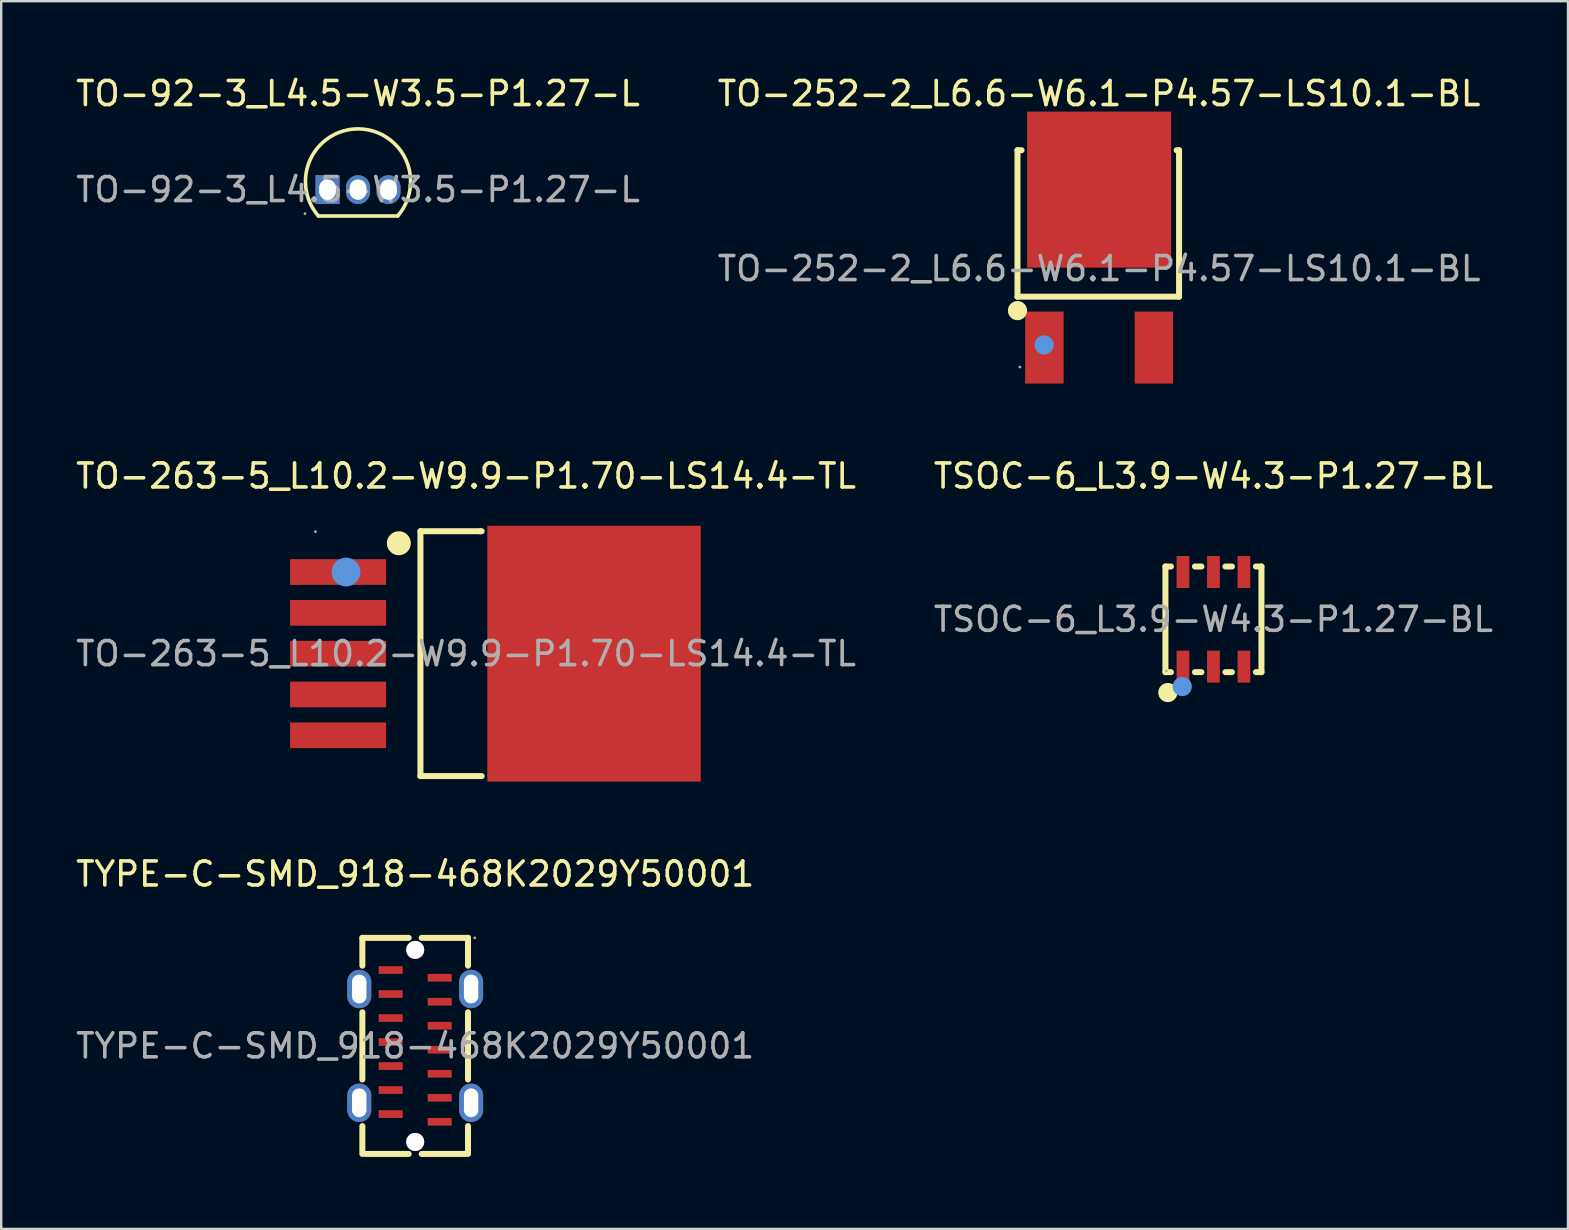
<source format=kicad_pcb>
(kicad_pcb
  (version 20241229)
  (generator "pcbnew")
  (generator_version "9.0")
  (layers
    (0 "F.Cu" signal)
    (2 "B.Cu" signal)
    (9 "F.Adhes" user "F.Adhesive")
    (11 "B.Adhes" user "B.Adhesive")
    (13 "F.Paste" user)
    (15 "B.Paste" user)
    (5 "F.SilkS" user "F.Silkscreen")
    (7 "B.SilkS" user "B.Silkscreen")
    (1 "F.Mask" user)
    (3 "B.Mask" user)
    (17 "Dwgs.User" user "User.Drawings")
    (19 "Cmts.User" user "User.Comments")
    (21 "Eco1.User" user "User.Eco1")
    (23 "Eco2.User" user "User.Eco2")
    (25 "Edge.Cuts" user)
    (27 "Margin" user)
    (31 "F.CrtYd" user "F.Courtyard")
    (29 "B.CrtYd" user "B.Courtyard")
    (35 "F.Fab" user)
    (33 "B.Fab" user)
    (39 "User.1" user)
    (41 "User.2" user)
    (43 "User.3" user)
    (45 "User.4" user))
  (footprint "TO-252-2_L6.6-W6.1-P4.57-LS10.1-BL"
    (layer "F.Cu")
    (at 42.732 8.138)
    (property "Reference" "TO-252-2_L6.6-W6.1-P4.57-LS10.1-BL" (at 0 -7.29 0) (layer "F.SilkS") (effects (font (size 1 1) (thickness 0.15))))
    (attr smd)
    (fp_line (start -3.4 -4.93) (end -3.4 1.17) (stroke (width 0.25) (type solid)) (layer "F.SilkS"))
    (fp_line (start -3.4 1.17) (end 3.33 1.17) (stroke (width 0.25) (type solid)) (layer "F.SilkS"))
    (fp_line (start -3.23 -4.93) (end -3.4 -4.93) (stroke (width 0.25) (type solid)) (layer "F.SilkS"))
    (fp_line (start 3.33 -4.93) (end 3.23 -4.93) (stroke (width 0.25) (type solid)) (layer "F.SilkS"))
    (fp_line (start 3.33 1.17) (end 3.33 -4.93) (stroke (width 0.25) (type solid)) (layer "F.SilkS"))
    (fp_arc (start -3.4 1.75) (mid -3.4 1.75) (end -3.4 1.75) (stroke (width 0.4) (type solid)) (layer "F.SilkS"))
    (fp_circle (center -2.29 3.18) (end -2.09 3.18) (stroke (width 0.4) (type solid)) (fill no) (layer "Cmts.User"))
    (fp_circle (center -3.3 4.1) (end -3.27 4.1) (stroke (width 0.06) (type solid)) (fill no) (layer "F.Fab"))
    (fp_text user "${REFERENCE}" (at 0 0 0) (layer "F.Fab") (effects (font (size 1 1) (thickness 0.15))))
    (pad "1" smd rect (at -2.28 3.29) (size 1.6 3) (layers "F.Cu" "F.Mask" "F.Paste"))
    (pad "2" smd rect (at 2.28 3.29 180) (size 1.6 3) (layers "F.Cu" "F.Mask" "F.Paste"))
    (pad "3" smd rect (at 0 -3.29) (size 6 6.5) (layers "F.Cu" "F.Mask" "F.Paste")))
  (footprint "TYPE-C-SMD_918-468K2029Y50001"
    (layer "F.Cu")
    (at 14.244 40.515)
    (property "Reference" "TYPE-C-SMD_918-468K2029Y50001" (at 0 -7.16 0) (layer "F.SilkS") (effects (font (size 1 1) (thickness 0.15))))
    (attr smd)
    (fp_line (start -2.2 -4.5) (end -2.2 -3.34) (stroke (width 0.25) (type solid)) (layer "F.SilkS"))
    (fp_line (start -2.2 -4.5) (end -0.27 -4.5) (stroke (width 0.25) (type solid)) (layer "F.SilkS"))
    (fp_line (start -2.2 -1.4) (end -2.2 1.4) (stroke (width 0.25) (type solid)) (layer "F.SilkS"))
    (fp_line (start -2.2 3.34) (end -2.2 4.5) (stroke (width 0.25) (type solid)) (layer "F.SilkS"))
    (fp_line (start -2.08 4.5) (end -0.27 4.5) (stroke (width 0.25) (type solid)) (layer "F.SilkS"))
    (fp_line (start 0.27 -4.5) (end 2.2 -4.5) (stroke (width 0.25) (type solid)) (layer "F.SilkS"))
    (fp_line (start 0.27 4.5) (end 2.09 4.5) (stroke (width 0.25) (type solid)) (layer "F.SilkS"))
    (fp_line (start 2.2 -4.5) (end 2.2 -3.34) (stroke (width 0.25) (type solid)) (layer "F.SilkS"))
    (fp_line (start 2.2 -1.4) (end 2.2 1.4) (stroke (width 0.25) (type solid)) (layer "F.SilkS"))
    (fp_line (start 2.2 3.34) (end 2.2 4.5) (stroke (width 0.25) (type solid)) (layer "F.SilkS"))
    (fp_circle (center 0 -4) (end 0.15 -4) (stroke (width 0.3) (type solid)) (fill no) (layer "Cmts.User"))
    (fp_circle (center 0 4) (end 0.15 4) (stroke (width 0.3) (type solid)) (fill no) (layer "Cmts.User"))
    (fp_circle (center 2.48 -4.5) (end 2.51 -4.5) (stroke (width 0.06) (type solid)) (fill no) (layer "F.Fab"))
    (fp_text user "${REFERENCE}" (at 0 0 0) (layer "F.Fab") (effects (font (size 1 1) (thickness 0.15))))
    (pad "" thru_hole circle (at 0 -4) (size 0.75 0.75) (drill 0.75) (layers "*.Cu" "*.Mask"))
    (pad "" thru_hole circle (at 0 4) (size 0.75 0.75) (drill 0.75) (layers "*.Cu" "*.Mask"))
    (pad "15" thru_hole oval (at -2.33 -2.37 180) (size 1 1.6) (drill oval 0.6 1.2) (layers "*.Cu" "*.Mask"))
    (pad "15" thru_hole oval (at -2.33 2.37 180) (size 1 1.6) (drill oval 0.6 1.2) (layers "*.Cu" "*.Mask"))
    (pad "15" thru_hole oval (at 2.33 -2.37 180) (size 1 1.6) (drill oval 0.6 1.2) (layers "*.Cu" "*.Mask"))
    (pad "15" thru_hole oval (at 2.33 2.37 180) (size 1 1.6) (drill oval 0.6 1.2) (layers "*.Cu" "*.Mask"))
    (pad "A1" smd rect (at 1.02 -2.84 90) (size 0.32 1) (layers "F.Cu" "F.Mask" "F.Paste"))
    (pad "A4" smd rect (at 1.02 -1.84 90) (size 0.32 1) (layers "F.Cu" "F.Mask" "F.Paste"))
    (pad "A5" smd rect (at 1.02 -0.84 90) (size 0.32 1) (layers "F.Cu" "F.Mask" "F.Paste"))
    (pad "A6" smd rect (at 1.02 0.16 90) (size 0.32 1) (layers "F.Cu" "F.Mask" "F.Paste"))
    (pad "A7" smd rect (at 1.02 1.16 90) (size 0.32 1) (layers "F.Cu" "F.Mask" "F.Paste"))
    (pad "A9" smd rect (at 1.02 2.16 90) (size 0.32 1) (layers "F.Cu" "F.Mask" "F.Paste"))
    (pad "A12" smd rect (at 1.02 3.16 90) (size 0.32 1) (layers "F.Cu" "F.Mask" "F.Paste"))
    (pad "B1" smd rect (at -1.02 2.84 90) (size 0.32 1) (layers "F.Cu" "F.Mask" "F.Paste"))
    (pad "B4" smd rect (at -1.02 1.84 90) (size 0.32 1) (layers "F.Cu" "F.Mask" "F.Paste"))
    (pad "B5" smd rect (at -1.02 0.84 90) (size 0.32 1) (layers "F.Cu" "F.Mask" "F.Paste"))
    (pad "B6" smd rect (at -1.02 -0.16 90) (size 0.32 1) (layers "F.Cu" "F.Mask" "F.Paste"))
    (pad "B7" smd rect (at -1.02 -1.16 90) (size 0.32 1) (layers "F.Cu" "F.Mask" "F.Paste"))
    (pad "B9" smd rect (at -1.02 -2.16 90) (size 0.32 1) (layers "F.Cu" "F.Mask" "F.Paste"))
    (pad "B12" smd rect (at -1.02 -3.16 90) (size 0.32 1) (layers "F.Cu" "F.Mask" "F.Paste")))
  (footprint "TO-92-3_L4.5-W3.5-P1.27-L"
    (layer "F.Cu")
    (at 11.863 4.848)
    (property "Reference" "TO-92-3_L4.5-W3.5-P1.27-L" (at 0 -4 0) (layer "F.SilkS") (effects (font (size 1 1) (thickness 0.15))))
    (attr smd)
    (fp_line (start -1.65 1.1) (end 1.65 1.1) (stroke (width 0.15) (type solid)) (layer "F.SilkS"))
    (fp_arc (start -1.65 1.1) (mid -0.00008 -2.53) (end 1.650105 1.09988) (stroke (width 0.15) (type solid)) (layer "F.SilkS"))
    (fp_circle (center -2.21 1) (end -2.18 1) (stroke (width 0.06) (type solid)) (fill no) (layer "F.Fab"))
    (fp_text user "${REFERENCE}" (at 0 0 0) (layer "F.Fab") (effects (font (size 1 1) (thickness 0.15))))
    (pad "1" thru_hole rect (at -1.27 0) (size 1 1.2) (drill oval 0.7 0.85) (layers "*.Cu" "*.Mask"))
    (pad "2" thru_hole oval (at 0 0) (size 1 1.2) (drill oval 0.7 0.85) (layers "*.Cu" "*.Mask"))
    (pad "3" thru_hole oval (at 1.27 0) (size 1 1.2) (drill oval 0.7 0.85) (layers "*.Cu" "*.Mask")))
  (footprint "TSOC-6_L3.9-W4.3-P1.27-BL"
    (layer "F.Cu")
    (at 47.494 22.747)
    (property "Reference" "TSOC-6_L3.9-W4.3-P1.27-BL" (at 0 -5.97 0) (layer "F.SilkS") (effects (font (size 1 1) (thickness 0.15))))
    (attr smd)
    (fp_line (start -2 -2.2) (end -2 2.2) (stroke (width 0.25) (type solid)) (layer "F.SilkS"))
    (fp_line (start -2 2.2) (end -1.77 2.2) (stroke (width 0.25) (type solid)) (layer "F.SilkS"))
    (fp_line (start -1.77 -2.2) (end -2 -2.2) (stroke (width 0.25) (type solid)) (layer "F.SilkS"))
    (fp_line (start -0.77 2.2) (end -0.5 2.2) (stroke (width 0.25) (type solid)) (layer "F.SilkS"))
    (fp_line (start -0.5 -2.2) (end -0.77 -2.2) (stroke (width 0.25) (type solid)) (layer "F.SilkS"))
    (fp_line (start 0.5 2.2) (end 0.77 2.2) (stroke (width 0.25) (type solid)) (layer "F.SilkS"))
    (fp_line (start 0.77 -2.2) (end 0.5 -2.2) (stroke (width 0.25) (type solid)) (layer "F.SilkS"))
    (fp_line (start 1.77 2.2) (end 2 2.2) (stroke (width 0.25) (type solid)) (layer "F.SilkS"))
    (fp_line (start 2 -2.2) (end 1.77 -2.2) (stroke (width 0.25) (type solid)) (layer "F.SilkS"))
    (fp_line (start 2 2.2) (end 2 -2.2) (stroke (width 0.25) (type solid)) (layer "F.SilkS"))
    (fp_circle (center -1.9 3.05) (end -1.7 3.05) (stroke (width 0.4) (type solid)) (fill no) (layer "F.SilkS"))
    (fp_circle (center -1.3 2.8) (end -1.1 2.8) (stroke (width 0.4) (type solid)) (fill no) (layer "Cmts.User"))
    (fp_circle (center -1.96 2.15) (end -1.93 2.15) (stroke (width 0.06) (type solid)) (fill no) (layer "F.Fab"))
    (fp_text user "${REFERENCE}" (at 0 0 0) (layer "F.Fab") (effects (font (size 1 1) (thickness 0.15))))
    (pad "1" smd rect (at -1.27 1.97) (size 0.53 1.33) (layers "F.Cu" "F.Mask" "F.Paste"))
    (pad "2" smd rect (at 0 1.97) (size 0.53 1.33) (layers "F.Cu" "F.Mask" "F.Paste"))
    (pad "3" smd rect (at 1.27 1.97) (size 0.53 1.33) (layers "F.Cu" "F.Mask" "F.Paste"))
    (pad "4" smd rect (at 1.27 -1.97) (size 0.53 1.33) (layers "F.Cu" "F.Mask" "F.Paste"))
    (pad "5" smd rect (at 0 -1.97) (size 0.53 1.33) (layers "F.Cu" "F.Mask" "F.Paste"))
    (pad "6" smd rect (at -1.27 -1.97) (size 0.53 1.33) (layers "F.Cu" "F.Mask" "F.Paste")))
  (footprint "TO-263-5_L10.2-W9.9-P1.70-LS14.4-TL"
    (layer "F.Cu")
    (at 16.363 24.177)
    (property "Reference" "TO-263-5_L10.2-W9.9-P1.70-LS14.4-TL" (at 0 -7.4 0) (layer "F.SilkS") (effects (font (size 1 1) (thickness 0.15))))
    (attr smd)
    (fp_line (start -1.9 -5.1) (end -1.9 5.1) (stroke (width 0.25) (type solid)) (layer "F.SilkS"))
    (fp_line (start -1.9 5.1) (end 0.65 5.1) (stroke (width 0.25) (type solid)) (layer "F.SilkS"))
    (fp_line (start 0.6 -5.1) (end -1.9 -5.1) (stroke (width 0.25) (type solid)) (layer "F.SilkS"))
    (fp_line (start 0.6 -5.1) (end 0.65 -5.1) (stroke (width 0.25) (type solid)) (layer "F.SilkS"))
    (fp_circle (center -2.8 -4.6) (end -2.55 -4.6) (stroke (width 0.5) (type solid)) (fill no) (layer "F.SilkS"))
    (fp_circle (center -5 -3.4) (end -4.7 -3.4) (stroke (width 0.6) (type solid)) (fill no) (layer "Cmts.User"))
    (fp_circle (center -6.27 -5.08) (end -6.24 -5.08) (stroke (width 0.06) (type solid)) (fill no) (layer "F.Fab"))
    (fp_text user "${REFERENCE}" (at 0 0 0) (layer "F.Fab") (effects (font (size 1 1) (thickness 0.15))))
    (pad "1" smd rect (at -5.33 -3.4) (size 4 1.07) (layers "F.Cu" "F.Mask" "F.Paste"))
    (pad "2" smd rect (at -5.33 -1.7) (size 4 1.07) (layers "F.Cu" "F.Mask" "F.Paste"))
    (pad "3" smd rect (at -5.33 0) (size 4 1.07) (layers "F.Cu" "F.Mask" "F.Paste"))
    (pad "4" smd rect (at -5.33 1.7) (size 4 1.07) (layers "F.Cu" "F.Mask" "F.Paste"))
    (pad "5" smd rect (at -5.33 3.4) (size 4 1.07) (layers "F.Cu" "F.Mask" "F.Paste"))
    (pad "6" smd rect (at 5.33 0 270) (size 10.66 8.89) (layers "F.Cu" "F.Mask" "F.Paste")))
  (gr_rect
    (start -3 -3)
    (end 62.262 48.14)
    (stroke (width 0.1) (type default))
    (fill no)
    (layer "Edge.Cuts")))
</source>
